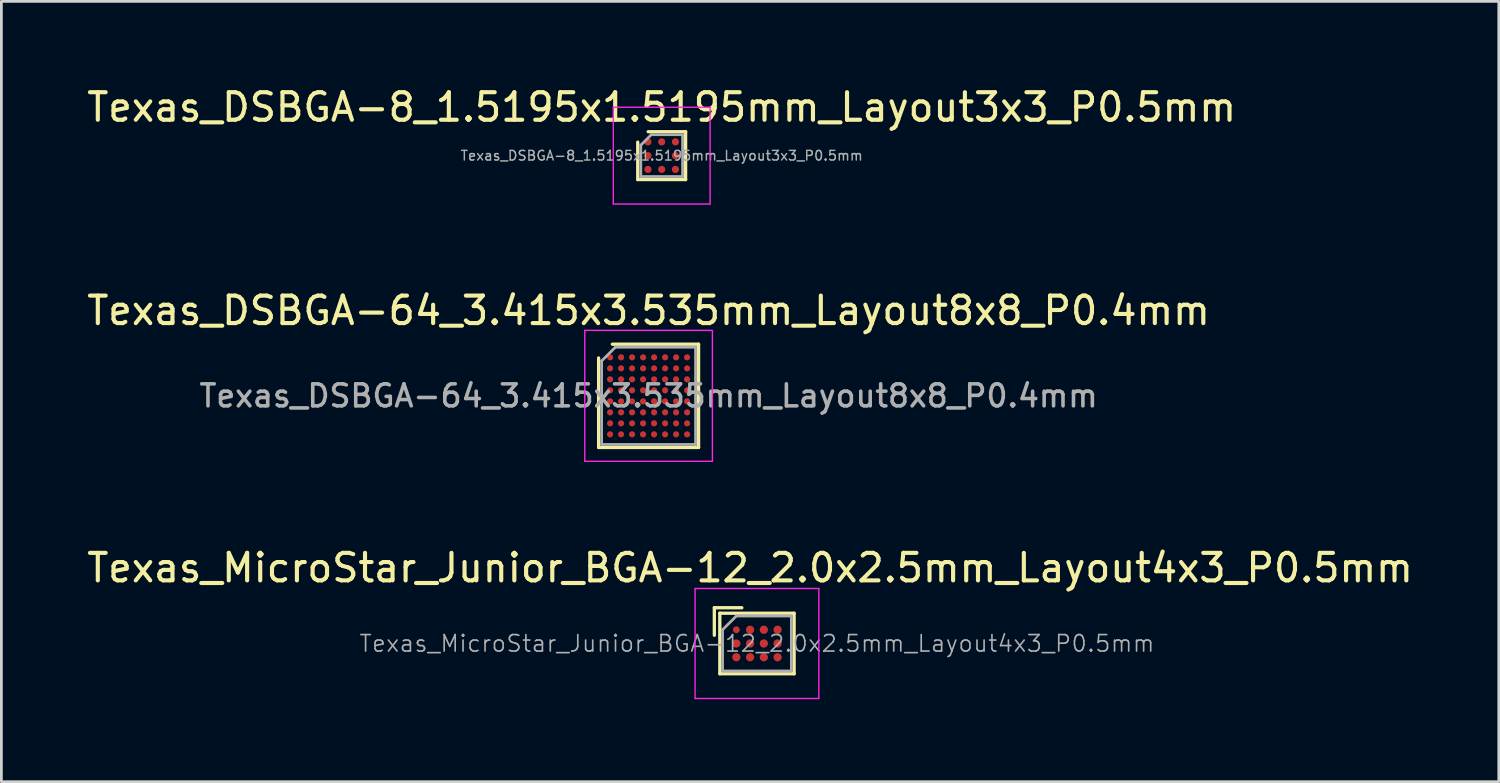
<source format=kicad_pcb>
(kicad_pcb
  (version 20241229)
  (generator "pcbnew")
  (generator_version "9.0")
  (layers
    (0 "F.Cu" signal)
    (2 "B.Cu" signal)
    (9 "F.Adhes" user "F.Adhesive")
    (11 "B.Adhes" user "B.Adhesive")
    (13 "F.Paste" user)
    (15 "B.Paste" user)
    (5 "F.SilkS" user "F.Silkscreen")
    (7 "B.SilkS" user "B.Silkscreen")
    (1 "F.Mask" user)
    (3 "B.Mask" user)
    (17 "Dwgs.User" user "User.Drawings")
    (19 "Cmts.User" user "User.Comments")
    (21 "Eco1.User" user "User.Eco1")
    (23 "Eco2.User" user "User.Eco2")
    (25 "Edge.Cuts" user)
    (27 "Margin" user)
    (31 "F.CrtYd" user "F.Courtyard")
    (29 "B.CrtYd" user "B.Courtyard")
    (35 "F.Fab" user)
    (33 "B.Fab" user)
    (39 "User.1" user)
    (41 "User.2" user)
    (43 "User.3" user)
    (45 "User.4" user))
  (footprint "Texas_DSBGA-64_3.415x3.535mm_Layout8x8_P0.4mm"
    (layer "F.Cu")
    (at 20.53 11.341)
    (property "Reference" "Texas_DSBGA-64_3.415x3.535mm_Layout8x8_P0.4mm" (at 0 -3.1 0) (layer "F.SilkS") (effects (font (size 1 1) (thickness 0.15))))
    (attr smd)
    (fp_line (start -1.817 1.877) (end -1.817 -1.377) (stroke (width 0.12) (type solid)) (layer "F.SilkS"))
    (fp_line (start 1.817 -1.877) (end -1.317 -1.877) (stroke (width 0.12) (type solid)) (layer "F.SilkS"))
    (fp_line (start 1.817 1.877) (end -1.817 1.877) (stroke (width 0.12) (type solid)) (layer "F.SilkS"))
    (fp_line (start 1.817 1.877) (end 1.817 -1.877) (stroke (width 0.12) (type solid)) (layer "F.SilkS"))
    (fp_line (start -2.32 -2.38) (end 2.31 -2.38) (stroke (width 0.05) (type solid)) (layer "F.CrtYd"))
    (fp_line (start -2.32 2.38) (end -2.32 -2.38) (stroke (width 0.05) (type solid)) (layer "F.CrtYd"))
    (fp_line (start -2.32 2.38) (end 2.31 2.38) (stroke (width 0.05) (type solid)) (layer "F.CrtYd"))
    (fp_line (start 2.32 2.38) (end 2.32 -2.38) (stroke (width 0.05) (type solid)) (layer "F.CrtYd"))
    (fp_line (start -1.708 -1.268) (end -1.708 1.768) (stroke (width 0.1) (type solid)) (layer "F.Fab"))
    (fp_line (start -1.708 -1.268) (end -1.208 -1.768) (stroke (width 0.1) (type solid)) (layer "F.Fab"))
    (fp_line (start 1.708 -1.768) (end -1.208 -1.768) (stroke (width 0.1) (type solid)) (layer "F.Fab"))
    (fp_line (start 1.708 -1.768) (end 1.708 1.768) (stroke (width 0.1) (type solid)) (layer "F.Fab"))
    (fp_line (start 1.708 1.768) (end -1.708 1.768) (stroke (width 0.1) (type solid)) (layer "F.Fab"))
    (fp_text user "${REFERENCE}" (at 0 0 0) (layer "F.Fab") (effects (font (size 0.8 0.8) (thickness 0.13))))
    (pad "A1" smd circle (at -1.4 -1.4) (size 0.225 0.225) (layers "F.Cu" "F.Mask" "F.Paste"))
    (pad "A2" smd circle (at -1 -1.4) (size 0.225 0.225) (layers "F.Cu" "F.Mask" "F.Paste"))
    (pad "A3" smd circle (at -0.6 -1.4) (size 0.225 0.225) (layers "F.Cu" "F.Mask" "F.Paste"))
    (pad "A4" smd circle (at -0.2 -1.4) (size 0.225 0.225) (layers "F.Cu" "F.Mask" "F.Paste"))
    (pad "A5" smd circle (at 0.2 -1.4) (size 0.225 0.225) (layers "F.Cu" "F.Mask" "F.Paste"))
    (pad "A6" smd circle (at 0.6 -1.4) (size 0.225 0.225) (layers "F.Cu" "F.Mask" "F.Paste"))
    (pad "A7" smd circle (at 1 -1.4) (size 0.225 0.225) (layers "F.Cu" "F.Mask" "F.Paste"))
    (pad "A8" smd circle (at 1.4 -1.4) (size 0.225 0.225) (layers "F.Cu" "F.Mask" "F.Paste"))
    (pad "B1" smd circle (at -1.4 -1) (size 0.225 0.225) (layers "F.Cu" "F.Mask" "F.Paste"))
    (pad "B2" smd circle (at -1 -1) (size 0.225 0.225) (layers "F.Cu" "F.Mask" "F.Paste"))
    (pad "B3" smd circle (at -0.6 -1) (size 0.225 0.225) (layers "F.Cu" "F.Mask" "F.Paste"))
    (pad "B4" smd circle (at -0.2 -1) (size 0.225 0.225) (layers "F.Cu" "F.Mask" "F.Paste"))
    (pad "B5" smd circle (at 0.2 -1) (size 0.225 0.225) (layers "F.Cu" "F.Mask" "F.Paste"))
    (pad "B6" smd circle (at 0.6 -1) (size 0.225 0.225) (layers "F.Cu" "F.Mask" "F.Paste"))
    (pad "B7" smd circle (at 1 -1) (size 0.225 0.225) (layers "F.Cu" "F.Mask" "F.Paste"))
    (pad "B8" smd circle (at 1.4 -1) (size 0.225 0.225) (layers "F.Cu" "F.Mask" "F.Paste"))
    (pad "C1" smd circle (at -1.4 -0.6) (size 0.225 0.225) (layers "F.Cu" "F.Mask" "F.Paste"))
    (pad "C2" smd circle (at -1 -0.6) (size 0.225 0.225) (layers "F.Cu" "F.Mask" "F.Paste"))
    (pad "C3" smd circle (at -0.6 -0.6) (size 0.225 0.225) (layers "F.Cu" "F.Mask" "F.Paste"))
    (pad "C4" smd circle (at -0.2 -0.6) (size 0.225 0.225) (layers "F.Cu" "F.Mask" "F.Paste"))
    (pad "C5" smd circle (at 0.2 -0.6) (size 0.225 0.225) (layers "F.Cu" "F.Mask" "F.Paste"))
    (pad "C6" smd circle (at 0.6 -0.6) (size 0.225 0.225) (layers "F.Cu" "F.Mask" "F.Paste"))
    (pad "C7" smd circle (at 1 -0.6) (size 0.225 0.225) (layers "F.Cu" "F.Mask" "F.Paste"))
    (pad "C8" smd circle (at 1.4 -0.6) (size 0.225 0.225) (layers "F.Cu" "F.Mask" "F.Paste"))
    (pad "D1" smd circle (at -1.4 -0.2) (size 0.225 0.225) (layers "F.Cu" "F.Mask" "F.Paste"))
    (pad "D2" smd circle (at -1 -0.2) (size 0.225 0.225) (layers "F.Cu" "F.Mask" "F.Paste"))
    (pad "D3" smd circle (at -0.6 -0.2) (size 0.225 0.225) (layers "F.Cu" "F.Mask" "F.Paste"))
    (pad "D4" smd circle (at -0.2 -0.2) (size 0.225 0.225) (layers "F.Cu" "F.Mask" "F.Paste"))
    (pad "D5" smd circle (at 0.2 -0.2) (size 0.225 0.225) (layers "F.Cu" "F.Mask" "F.Paste"))
    (pad "D6" smd circle (at 0.6 -0.2) (size 0.225 0.225) (layers "F.Cu" "F.Mask" "F.Paste"))
    (pad "D7" smd circle (at 1 -0.2) (size 0.225 0.225) (layers "F.Cu" "F.Mask" "F.Paste"))
    (pad "D8" smd circle (at 1.4 -0.2) (size 0.225 0.225) (layers "F.Cu" "F.Mask" "F.Paste"))
    (pad "E1" smd circle (at -1.4 0.2) (size 0.225 0.225) (layers "F.Cu" "F.Mask" "F.Paste"))
    (pad "E2" smd circle (at -1 0.2) (size 0.225 0.225) (layers "F.Cu" "F.Mask" "F.Paste"))
    (pad "E3" smd circle (at -0.6 0.2) (size 0.225 0.225) (layers "F.Cu" "F.Mask" "F.Paste"))
    (pad "E4" smd circle (at -0.2 0.2) (size 0.225 0.225) (layers "F.Cu" "F.Mask" "F.Paste"))
    (pad "E5" smd circle (at 0.2 0.2) (size 0.225 0.225) (layers "F.Cu" "F.Mask" "F.Paste"))
    (pad "E6" smd circle (at 0.6 0.2) (size 0.225 0.225) (layers "F.Cu" "F.Mask" "F.Paste"))
    (pad "E7" smd circle (at 1 0.2) (size 0.225 0.225) (layers "F.Cu" "F.Mask" "F.Paste"))
    (pad "E8" smd circle (at 1.4 0.2) (size 0.225 0.225) (layers "F.Cu" "F.Mask" "F.Paste"))
    (pad "F1" smd circle (at -1.4 0.6) (size 0.225 0.225) (layers "F.Cu" "F.Mask" "F.Paste"))
    (pad "F2" smd circle (at -1 0.6) (size 0.225 0.225) (layers "F.Cu" "F.Mask" "F.Paste"))
    (pad "F3" smd circle (at -0.6 0.6) (size 0.225 0.225) (layers "F.Cu" "F.Mask" "F.Paste"))
    (pad "F4" smd circle (at -0.2 0.6) (size 0.225 0.225) (layers "F.Cu" "F.Mask" "F.Paste"))
    (pad "F5" smd circle (at 0.2 0.6) (size 0.225 0.225) (layers "F.Cu" "F.Mask" "F.Paste"))
    (pad "F6" smd circle (at 0.6 0.6) (size 0.225 0.225) (layers "F.Cu" "F.Mask" "F.Paste"))
    (pad "F7" smd circle (at 1 0.6) (size 0.225 0.225) (layers "F.Cu" "F.Mask" "F.Paste"))
    (pad "F8" smd circle (at 1.4 0.6) (size 0.225 0.225) (layers "F.Cu" "F.Mask" "F.Paste"))
    (pad "G1" smd circle (at -1.4 1) (size 0.225 0.225) (layers "F.Cu" "F.Mask" "F.Paste"))
    (pad "G2" smd circle (at -1 1) (size 0.225 0.225) (layers "F.Cu" "F.Mask" "F.Paste"))
    (pad "G3" smd circle (at -0.6 1) (size 0.225 0.225) (layers "F.Cu" "F.Mask" "F.Paste"))
    (pad "G4" smd circle (at -0.2 1) (size 0.225 0.225) (layers "F.Cu" "F.Mask" "F.Paste"))
    (pad "G5" smd circle (at 0.2 1) (size 0.225 0.225) (layers "F.Cu" "F.Mask" "F.Paste"))
    (pad "G6" smd circle (at 0.6 1) (size 0.225 0.225) (layers "F.Cu" "F.Mask" "F.Paste"))
    (pad "G7" smd circle (at 1 1) (size 0.225 0.225) (layers "F.Cu" "F.Mask" "F.Paste"))
    (pad "G8" smd circle (at 1.4 1) (size 0.225 0.225) (layers "F.Cu" "F.Mask" "F.Paste"))
    (pad "H1" smd circle (at -1.4 1.4) (size 0.225 0.225) (layers "F.Cu" "F.Mask" "F.Paste"))
    (pad "H2" smd circle (at -1 1.4) (size 0.225 0.225) (layers "F.Cu" "F.Mask" "F.Paste"))
    (pad "H3" smd circle (at -0.6 1.4) (size 0.225 0.225) (layers "F.Cu" "F.Mask" "F.Paste"))
    (pad "H4" smd circle (at -0.2 1.4) (size 0.225 0.225) (layers "F.Cu" "F.Mask" "F.Paste"))
    (pad "H5" smd circle (at 0.2 1.4) (size 0.225 0.225) (layers "F.Cu" "F.Mask" "F.Paste"))
    (pad "H6" smd circle (at 0.6 1.4) (size 0.225 0.225) (layers "F.Cu" "F.Mask" "F.Paste"))
    (pad "H7" smd circle (at 1 1.4) (size 0.225 0.225) (layers "F.Cu" "F.Mask" "F.Paste"))
    (pad "H8" smd circle (at 1.4 1.4) (size 0.225 0.225) (layers "F.Cu" "F.Mask" "F.Paste")))
  (footprint "Texas_MicroStar_Junior_BGA-12_2.0x2.5mm_Layout4x3_P0.5mm"
    (layer "F.Cu")
    (at 24.47 20.345)
    (property "Reference" "Texas_MicroStar_Junior_BGA-12_2.0x2.5mm_Layout4x3_P0.5mm" (at -0.25 -2.75 0) (layer "F.SilkS") (effects (font (size 1 1) (thickness 0.15))))
    (attr smd)
    (fp_line (start -1.55 -1.3) (end -1.55 -0.3) (stroke (width 0.12) (type solid)) (layer "F.SilkS"))
    (fp_line (start -1.55 -1.3) (end -0.55 -1.3) (stroke (width 0.12) (type solid)) (layer "F.SilkS"))
    (fp_line (start -1.35 -1.1) (end 1.35 -1.1) (stroke (width 0.12) (type solid)) (layer "F.SilkS"))
    (fp_line (start -1.35 1.1) (end -1.35 -1.1) (stroke (width 0.12) (type solid)) (layer "F.SilkS"))
    (fp_line (start -1.35 1.1) (end 1.35 1.1) (stroke (width 0.12) (type solid)) (layer "F.SilkS"))
    (fp_line (start 1.35 -1.1) (end 1.35 1.1) (stroke (width 0.12) (type solid)) (layer "F.SilkS"))
    (fp_line (start -2.25 -2) (end 2.25 -2) (stroke (width 0.05) (type solid)) (layer "F.CrtYd"))
    (fp_line (start -2.25 2) (end -2.25 -2) (stroke (width 0.05) (type solid)) (layer "F.CrtYd"))
    (fp_line (start 2.25 -2) (end 2.25 2) (stroke (width 0.05) (type solid)) (layer "F.CrtYd"))
    (fp_line (start 2.25 2) (end -2.25 2) (stroke (width 0.05) (type solid)) (layer "F.CrtYd"))
    (fp_line (start -1.25 1) (end -1.25 -0.5) (stroke (width 0.1) (type solid)) (layer "F.Fab"))
    (fp_line (start -0.75 -1) (end -1.25 -0.5) (stroke (width 0.1) (type solid)) (layer "F.Fab"))
    (fp_line (start -0.75 -1) (end 1.25 -1) (stroke (width 0.1) (type solid)) (layer "F.Fab"))
    (fp_line (start 1.25 -1) (end 1.25 1) (stroke (width 0.1) (type solid)) (layer "F.Fab"))
    (fp_line (start 1.25 1) (end -1.25 1) (stroke (width 0.1) (type solid)) (layer "F.Fab"))
    (fp_text user "${REFERENCE}" (at 0 0 0) (layer "F.Fab") (effects (font (size 0.6 0.6) (thickness 0.06))))
    (pad "A1" smd circle (at -0.75 -0.5) (size 0.25 0.25) (layers "F.Cu" "F.Mask" "F.Paste"))
    (pad "A2" smd circle (at -0.25 -0.5) (size 0.3 0.3) (layers "F.Cu" "F.Mask" "F.Paste"))
    (pad "A3" smd circle (at 0.25 -0.5) (size 0.3 0.3) (layers "F.Cu" "F.Mask" "F.Paste"))
    (pad "A4" smd circle (at 0.75 -0.5) (size 0.3 0.3) (layers "F.Cu" "F.Mask" "F.Paste"))
    (pad "B1" smd circle (at -0.75 0) (size 0.3 0.3) (layers "F.Cu" "F.Mask" "F.Paste"))
    (pad "B2" smd circle (at -0.25 0) (size 0.3 0.3) (layers "F.Cu" "F.Mask" "F.Paste"))
    (pad "B3" smd circle (at 0.25 0) (size 0.3 0.3) (layers "F.Cu" "F.Mask" "F.Paste"))
    (pad "B4" smd circle (at 0.75 0) (size 0.3 0.3) (layers "F.Cu" "F.Mask" "F.Paste"))
    (pad "C1" smd circle (at -0.75 0.5) (size 0.3 0.3) (layers "F.Cu" "F.Mask" "F.Paste"))
    (pad "C2" smd circle (at -0.25 0.5) (size 0.3 0.3) (layers "F.Cu" "F.Mask" "F.Paste"))
    (pad "C3" smd circle (at 0.25 0.5) (size 0.3 0.3) (layers "F.Cu" "F.Mask" "F.Paste"))
    (pad "C4" smd circle (at 0.75 0.5) (size 0.3 0.3) (layers "F.Cu" "F.Mask" "F.Paste")))
  (footprint "Texas_DSBGA-8_1.5195x1.5195mm_Layout3x3_P0.5mm"
    (layer "F.Cu")
    (at 21.006 2.608)
    (property "Reference" "Texas_DSBGA-8_1.5195x1.5195mm_Layout3x3_P0.5mm" (at 0 -1.76 0) (layer "F.SilkS") (effects (font (size 1 1) (thickness 0.15))))
    (attr smd)
    (fp_line (start -0.87 0.87) (end -0.87 -0.49) (stroke (width 0.12) (type solid)) (layer "F.SilkS"))
    (fp_line (start -0.49 -0.87) (end 0.87 -0.87) (stroke (width 0.12) (type solid)) (layer "F.SilkS"))
    (fp_line (start 0.87 -0.87) (end 0.87 0.87) (stroke (width 0.12) (type solid)) (layer "F.SilkS"))
    (fp_line (start 0.87 0.87) (end -0.87 0.87) (stroke (width 0.12) (type solid)) (layer "F.SilkS"))
    (fp_line (start -1.76 -1.76) (end -1.76 1.76) (stroke (width 0.05) (type solid)) (layer "F.CrtYd"))
    (fp_line (start -1.76 1.76) (end 1.76 1.76) (stroke (width 0.05) (type solid)) (layer "F.CrtYd"))
    (fp_line (start 1.76 -1.76) (end -1.76 -1.76) (stroke (width 0.05) (type solid)) (layer "F.CrtYd"))
    (fp_line (start 1.76 1.76) (end 1.76 -1.76) (stroke (width 0.05) (type solid)) (layer "F.CrtYd"))
    (fp_line (start -0.76 -0.38) (end -0.38 -0.76) (stroke (width 0.1) (type solid)) (layer "F.Fab"))
    (fp_line (start -0.76 0.76) (end -0.76 -0.38) (stroke (width 0.1) (type solid)) (layer "F.Fab"))
    (fp_line (start -0.38 -0.76) (end 0.76 -0.76) (stroke (width 0.1) (type solid)) (layer "F.Fab"))
    (fp_line (start 0.76 -0.76) (end 0.76 0.76) (stroke (width 0.1) (type solid)) (layer "F.Fab"))
    (fp_line (start 0.76 0.76) (end -0.76 0.76) (stroke (width 0.1) (type solid)) (layer "F.Fab"))
    (fp_text user "${REFERENCE}" (at 0 0 0) (layer "F.Fab") (effects (font (size 0.35 0.35) (thickness 0.052))))
    (pad "A1" smd circle (at -0.5 -0.5) (size 0.263 0.263) (layers "F.Cu" "F.Mask" "F.Paste"))
    (pad "A2" smd circle (at 0 -0.5) (size 0.263 0.263) (layers "F.Cu" "F.Mask" "F.Paste"))
    (pad "A3" smd circle (at 0.5 -0.5) (size 0.263 0.263) (layers "F.Cu" "F.Mask" "F.Paste"))
    (pad "B1" smd circle (at -0.5 0) (size 0.263 0.263) (layers "F.Cu" "F.Mask" "F.Paste"))
    (pad "B3" smd circle (at 0.5 0) (size 0.263 0.263) (layers "F.Cu" "F.Mask" "F.Paste"))
    (pad "C1" smd circle (at -0.5 0.5) (size 0.263 0.263) (layers "F.Cu" "F.Mask" "F.Paste"))
    (pad "C2" smd circle (at 0 0.5) (size 0.263 0.263) (layers "F.Cu" "F.Mask" "F.Paste"))
    (pad "C3" smd circle (at 0.5 0.5) (size 0.263 0.263) (layers "F.Cu" "F.Mask" "F.Paste")))
  (gr_rect
    (start -3 -3)
    (end 51.44 25.369)
    (stroke (width 0.1) (type default))
    (fill no)
    (layer "Edge.Cuts")))
</source>
